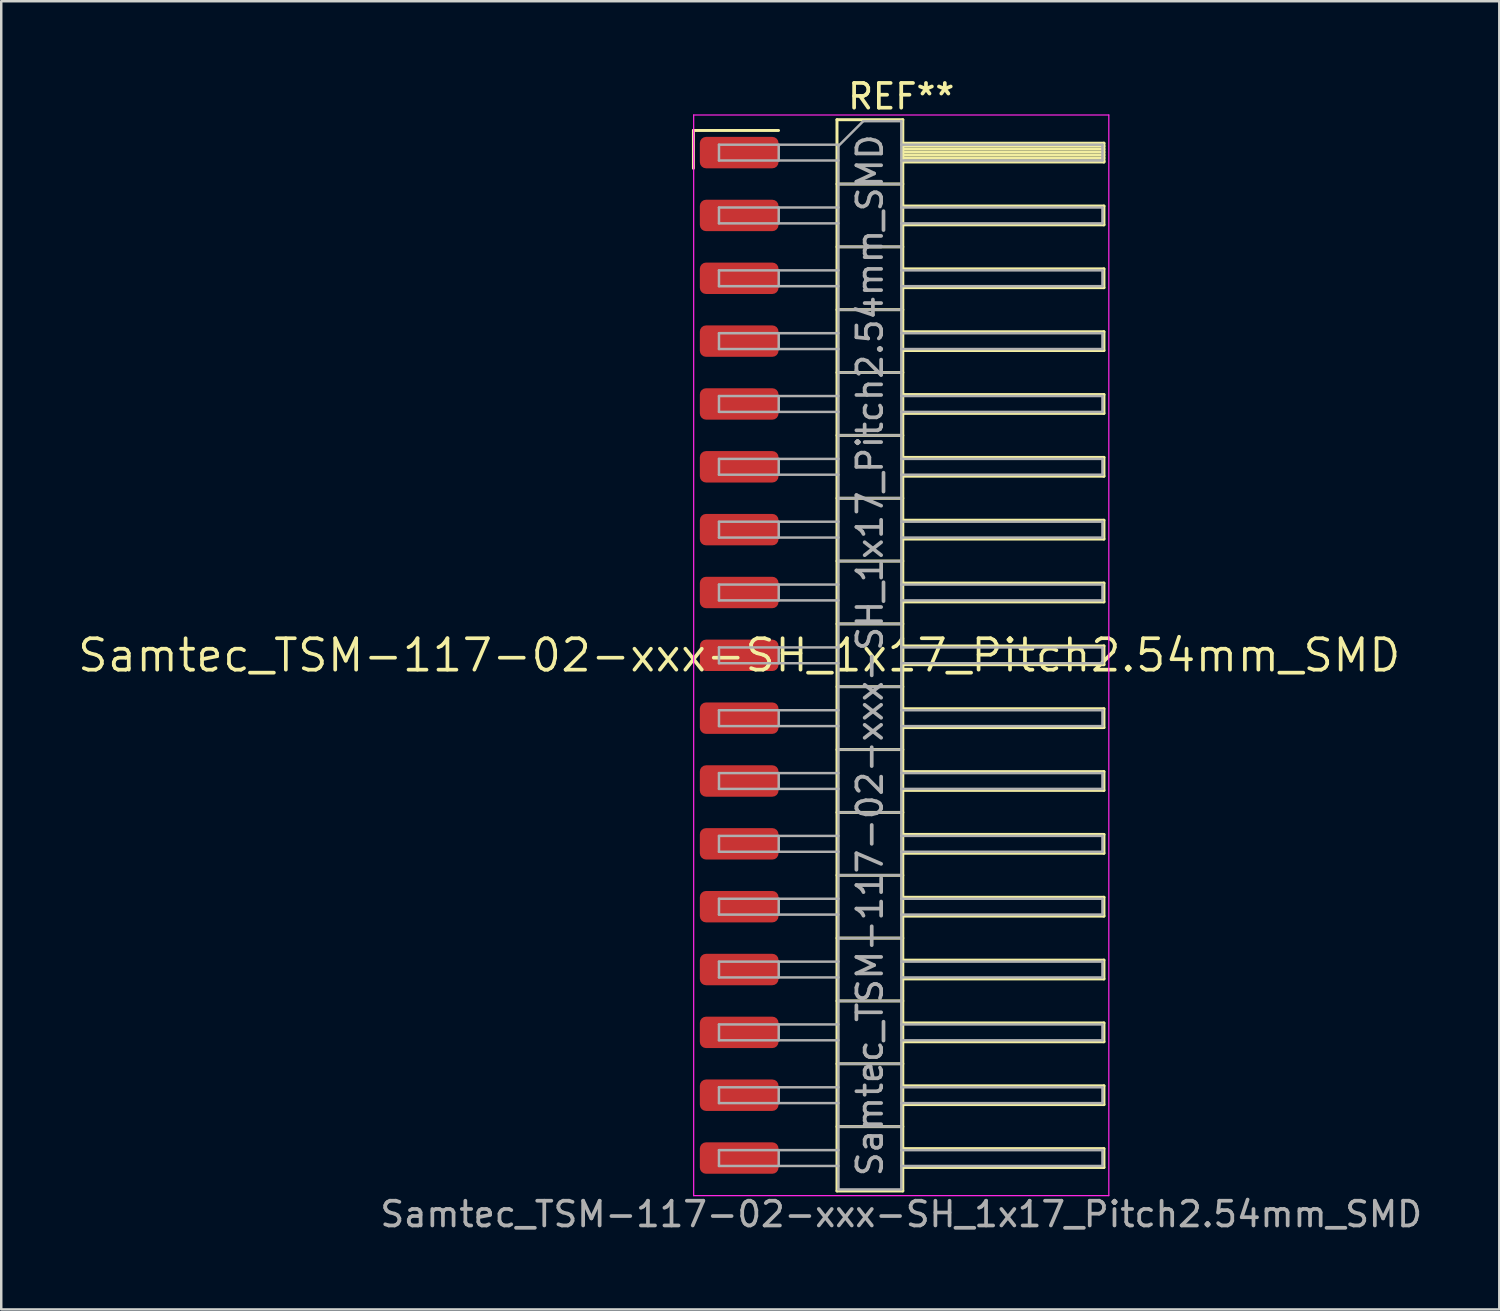
<source format=kicad_pcb>
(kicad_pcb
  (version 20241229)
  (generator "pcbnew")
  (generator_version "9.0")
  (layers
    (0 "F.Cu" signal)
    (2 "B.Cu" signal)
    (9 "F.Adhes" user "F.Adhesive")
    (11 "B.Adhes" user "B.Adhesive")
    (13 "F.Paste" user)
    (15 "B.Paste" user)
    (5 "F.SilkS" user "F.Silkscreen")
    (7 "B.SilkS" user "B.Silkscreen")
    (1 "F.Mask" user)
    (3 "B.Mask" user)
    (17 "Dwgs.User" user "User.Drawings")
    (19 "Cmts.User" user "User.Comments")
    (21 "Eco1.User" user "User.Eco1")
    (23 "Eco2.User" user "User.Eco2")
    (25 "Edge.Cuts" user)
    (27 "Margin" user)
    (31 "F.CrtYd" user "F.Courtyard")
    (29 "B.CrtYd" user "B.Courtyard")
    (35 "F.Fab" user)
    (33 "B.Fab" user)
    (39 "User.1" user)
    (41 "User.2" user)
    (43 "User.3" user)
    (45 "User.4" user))
  (footprint "Samtec_TSM-117-02-xxx-SH_1x17_Pitch2.54mm_SMD"
    (layer "F.Cu")
    (at 26.828 23.438)
    (property "Reference" "Samtec_TSM-117-02-xxx-SH_1x17_Pitch2.54mm_SMD" (at 0 0 0) (layer "F.SilkS") (effects (font (size 1.27 1.27) (thickness 0.15))))
    (attr smd)
    (fp_line (start -1.85 -21.215) (end 1.59 -21.215) (stroke (width 0.12) (type solid)) (layer "F.SilkS"))
    (fp_line (start -1.85 -19.685) (end -1.85 -21.215) (stroke (width 0.12) (type solid)) (layer "F.SilkS"))
    (fp_line (start 3.953 -21.65) (end 6.613 -21.65) (stroke (width 0.12) (type solid)) (layer "F.SilkS"))
    (fp_line (start 3.953 -19.05) (end 6.613 -19.05) (stroke (width 0.12) (type solid)) (layer "F.SilkS"))
    (fp_line (start 3.953 -16.51) (end 6.613 -16.51) (stroke (width 0.12) (type solid)) (layer "F.SilkS"))
    (fp_line (start 3.953 -13.97) (end 6.613 -13.97) (stroke (width 0.12) (type solid)) (layer "F.SilkS"))
    (fp_line (start 3.953 -11.43) (end 6.613 -11.43) (stroke (width 0.12) (type solid)) (layer "F.SilkS"))
    (fp_line (start 3.953 -8.89) (end 6.613 -8.89) (stroke (width 0.12) (type solid)) (layer "F.SilkS"))
    (fp_line (start 3.953 -6.35) (end 6.613 -6.35) (stroke (width 0.12) (type solid)) (layer "F.SilkS"))
    (fp_line (start 3.953 -3.81) (end 6.613 -3.81) (stroke (width 0.12) (type solid)) (layer "F.SilkS"))
    (fp_line (start 3.953 -1.27) (end 6.613 -1.27) (stroke (width 0.12) (type solid)) (layer "F.SilkS"))
    (fp_line (start 3.953 1.27) (end 6.613 1.27) (stroke (width 0.12) (type solid)) (layer "F.SilkS"))
    (fp_line (start 3.953 3.81) (end 6.613 3.81) (stroke (width 0.12) (type solid)) (layer "F.SilkS"))
    (fp_line (start 3.953 6.35) (end 6.613 6.35) (stroke (width 0.12) (type solid)) (layer "F.SilkS"))
    (fp_line (start 3.953 8.89) (end 6.613 8.89) (stroke (width 0.12) (type solid)) (layer "F.SilkS"))
    (fp_line (start 3.953 11.43) (end 6.613 11.43) (stroke (width 0.12) (type solid)) (layer "F.SilkS"))
    (fp_line (start 3.953 13.97) (end 6.613 13.97) (stroke (width 0.12) (type solid)) (layer "F.SilkS"))
    (fp_line (start 3.953 16.51) (end 6.613 16.51) (stroke (width 0.12) (type solid)) (layer "F.SilkS"))
    (fp_line (start 3.953 19.05) (end 6.613 19.05) (stroke (width 0.12) (type solid)) (layer "F.SilkS"))
    (fp_line (start 3.953 21.65) (end 3.953 -21.65) (stroke (width 0.12) (type solid)) (layer "F.SilkS"))
    (fp_line (start 6.613 -21.65) (end 6.613 21.65) (stroke (width 0.12) (type solid)) (layer "F.SilkS"))
    (fp_line (start 6.613 -20.7) (end 14.743 -20.7) (stroke (width 0.12) (type solid)) (layer "F.SilkS"))
    (fp_line (start 6.613 -20.58) (end 14.743 -20.58) (stroke (width 0.12) (type solid)) (layer "F.SilkS"))
    (fp_line (start 6.613 -20.46) (end 14.743 -20.46) (stroke (width 0.12) (type solid)) (layer "F.SilkS"))
    (fp_line (start 6.613 -20.34) (end 14.743 -20.34) (stroke (width 0.12) (type solid)) (layer "F.SilkS"))
    (fp_line (start 6.613 -20.22) (end 14.743 -20.22) (stroke (width 0.12) (type solid)) (layer "F.SilkS"))
    (fp_line (start 6.613 -20.1) (end 14.743 -20.1) (stroke (width 0.12) (type solid)) (layer "F.SilkS"))
    (fp_line (start 6.613 -19.98) (end 14.743 -19.98) (stroke (width 0.12) (type solid)) (layer "F.SilkS"))
    (fp_line (start 6.613 -19.94) (end 14.743 -19.94) (stroke (width 0.12) (type solid)) (layer "F.SilkS"))
    (fp_line (start 6.613 -18.16) (end 14.743 -18.16) (stroke (width 0.12) (type solid)) (layer "F.SilkS"))
    (fp_line (start 6.613 -17.4) (end 14.743 -17.4) (stroke (width 0.12) (type solid)) (layer "F.SilkS"))
    (fp_line (start 6.613 -15.62) (end 14.743 -15.62) (stroke (width 0.12) (type solid)) (layer "F.SilkS"))
    (fp_line (start 6.613 -14.86) (end 14.743 -14.86) (stroke (width 0.12) (type solid)) (layer "F.SilkS"))
    (fp_line (start 6.613 -13.08) (end 14.743 -13.08) (stroke (width 0.12) (type solid)) (layer "F.SilkS"))
    (fp_line (start 6.613 -12.32) (end 14.743 -12.32) (stroke (width 0.12) (type solid)) (layer "F.SilkS"))
    (fp_line (start 6.613 -10.54) (end 14.743 -10.54) (stroke (width 0.12) (type solid)) (layer "F.SilkS"))
    (fp_line (start 6.613 -9.78) (end 14.743 -9.78) (stroke (width 0.12) (type solid)) (layer "F.SilkS"))
    (fp_line (start 6.613 -8) (end 14.743 -8) (stroke (width 0.12) (type solid)) (layer "F.SilkS"))
    (fp_line (start 6.613 -7.24) (end 14.743 -7.24) (stroke (width 0.12) (type solid)) (layer "F.SilkS"))
    (fp_line (start 6.613 -5.46) (end 14.743 -5.46) (stroke (width 0.12) (type solid)) (layer "F.SilkS"))
    (fp_line (start 6.613 -4.7) (end 14.743 -4.7) (stroke (width 0.12) (type solid)) (layer "F.SilkS"))
    (fp_line (start 6.613 -2.92) (end 14.743 -2.92) (stroke (width 0.12) (type solid)) (layer "F.SilkS"))
    (fp_line (start 6.613 -2.16) (end 14.743 -2.16) (stroke (width 0.12) (type solid)) (layer "F.SilkS"))
    (fp_line (start 6.613 -0.38) (end 14.743 -0.38) (stroke (width 0.12) (type solid)) (layer "F.SilkS"))
    (fp_line (start 6.613 0.38) (end 14.743 0.38) (stroke (width 0.12) (type solid)) (layer "F.SilkS"))
    (fp_line (start 6.613 2.16) (end 14.743 2.16) (stroke (width 0.12) (type solid)) (layer "F.SilkS"))
    (fp_line (start 6.613 2.92) (end 14.743 2.92) (stroke (width 0.12) (type solid)) (layer "F.SilkS"))
    (fp_line (start 6.613 4.7) (end 14.743 4.7) (stroke (width 0.12) (type solid)) (layer "F.SilkS"))
    (fp_line (start 6.613 5.46) (end 14.743 5.46) (stroke (width 0.12) (type solid)) (layer "F.SilkS"))
    (fp_line (start 6.613 7.24) (end 14.743 7.24) (stroke (width 0.12) (type solid)) (layer "F.SilkS"))
    (fp_line (start 6.613 8) (end 14.743 8) (stroke (width 0.12) (type solid)) (layer "F.SilkS"))
    (fp_line (start 6.613 9.78) (end 14.743 9.78) (stroke (width 0.12) (type solid)) (layer "F.SilkS"))
    (fp_line (start 6.613 10.54) (end 14.743 10.54) (stroke (width 0.12) (type solid)) (layer "F.SilkS"))
    (fp_line (start 6.613 12.32) (end 14.743 12.32) (stroke (width 0.12) (type solid)) (layer "F.SilkS"))
    (fp_line (start 6.613 13.08) (end 14.743 13.08) (stroke (width 0.12) (type solid)) (layer "F.SilkS"))
    (fp_line (start 6.613 14.86) (end 14.743 14.86) (stroke (width 0.12) (type solid)) (layer "F.SilkS"))
    (fp_line (start 6.613 15.62) (end 14.743 15.62) (stroke (width 0.12) (type solid)) (layer "F.SilkS"))
    (fp_line (start 6.613 17.4) (end 14.743 17.4) (stroke (width 0.12) (type solid)) (layer "F.SilkS"))
    (fp_line (start 6.613 18.16) (end 14.743 18.16) (stroke (width 0.12) (type solid)) (layer "F.SilkS"))
    (fp_line (start 6.613 19.94) (end 14.743 19.94) (stroke (width 0.12) (type solid)) (layer "F.SilkS"))
    (fp_line (start 6.613 20.7) (end 14.743 20.7) (stroke (width 0.12) (type solid)) (layer "F.SilkS"))
    (fp_line (start 6.613 21.65) (end 3.953 21.65) (stroke (width 0.12) (type solid)) (layer "F.SilkS"))
    (fp_line (start 14.743 -20.7) (end 14.743 -19.94) (stroke (width 0.12) (type solid)) (layer "F.SilkS"))
    (fp_line (start 14.743 -18.16) (end 14.743 -17.4) (stroke (width 0.12) (type solid)) (layer "F.SilkS"))
    (fp_line (start 14.743 -15.62) (end 14.743 -14.86) (stroke (width 0.12) (type solid)) (layer "F.SilkS"))
    (fp_line (start 14.743 -13.08) (end 14.743 -12.32) (stroke (width 0.12) (type solid)) (layer "F.SilkS"))
    (fp_line (start 14.743 -10.54) (end 14.743 -9.78) (stroke (width 0.12) (type solid)) (layer "F.SilkS"))
    (fp_line (start 14.743 -8) (end 14.743 -7.24) (stroke (width 0.12) (type solid)) (layer "F.SilkS"))
    (fp_line (start 14.743 -5.46) (end 14.743 -4.7) (stroke (width 0.12) (type solid)) (layer "F.SilkS"))
    (fp_line (start 14.743 -2.92) (end 14.743 -2.16) (stroke (width 0.12) (type solid)) (layer "F.SilkS"))
    (fp_line (start 14.743 -0.38) (end 14.743 0.38) (stroke (width 0.12) (type solid)) (layer "F.SilkS"))
    (fp_line (start 14.743 2.16) (end 14.743 2.92) (stroke (width 0.12) (type solid)) (layer "F.SilkS"))
    (fp_line (start 14.743 4.7) (end 14.743 5.46) (stroke (width 0.12) (type solid)) (layer "F.SilkS"))
    (fp_line (start 14.743 7.24) (end 14.743 8) (stroke (width 0.12) (type solid)) (layer "F.SilkS"))
    (fp_line (start 14.743 9.78) (end 14.743 10.54) (stroke (width 0.12) (type solid)) (layer "F.SilkS"))
    (fp_line (start 14.743 12.32) (end 14.743 13.08) (stroke (width 0.12) (type solid)) (layer "F.SilkS"))
    (fp_line (start 14.743 14.86) (end 14.743 15.62) (stroke (width 0.12) (type solid)) (layer "F.SilkS"))
    (fp_line (start 14.743 17.4) (end 14.743 18.16) (stroke (width 0.12) (type solid)) (layer "F.SilkS"))
    (fp_line (start 14.743 19.94) (end 14.743 20.7) (stroke (width 0.12) (type solid)) (layer "F.SilkS"))
    (fp_line (start -1.84 -21.84) (end 14.94 -21.84) (stroke (width 0.05) (type solid)) (layer "F.CrtYd"))
    (fp_line (start -1.84 21.84) (end -1.84 -21.84) (stroke (width 0.05) (type solid)) (layer "F.CrtYd"))
    (fp_line (start 14.94 -21.84) (end 14.94 21.84) (stroke (width 0.05) (type solid)) (layer "F.CrtYd"))
    (fp_line (start 14.94 21.84) (end -1.84 21.84) (stroke (width 0.05) (type solid)) (layer "F.CrtYd"))
    (fp_line (start -0.817 -20.64) (end -0.817 -20) (stroke (width 0.1) (type solid)) (layer "F.Fab"))
    (fp_line (start -0.817 -20.64) (end 4.013 -20.64) (stroke (width 0.1) (type solid)) (layer "F.Fab"))
    (fp_line (start -0.817 -20) (end 4.013 -20) (stroke (width 0.1) (type solid)) (layer "F.Fab"))
    (fp_line (start -0.817 -18.1) (end -0.817 -17.46) (stroke (width 0.1) (type solid)) (layer "F.Fab"))
    (fp_line (start -0.817 -18.1) (end 4.013 -18.1) (stroke (width 0.1) (type solid)) (layer "F.Fab"))
    (fp_line (start -0.817 -17.46) (end 4.013 -17.46) (stroke (width 0.1) (type solid)) (layer "F.Fab"))
    (fp_line (start -0.817 -15.56) (end -0.817 -14.92) (stroke (width 0.1) (type solid)) (layer "F.Fab"))
    (fp_line (start -0.817 -15.56) (end 4.013 -15.56) (stroke (width 0.1) (type solid)) (layer "F.Fab"))
    (fp_line (start -0.817 -14.92) (end 4.013 -14.92) (stroke (width 0.1) (type solid)) (layer "F.Fab"))
    (fp_line (start -0.817 -13.02) (end -0.817 -12.38) (stroke (width 0.1) (type solid)) (layer "F.Fab"))
    (fp_line (start -0.817 -13.02) (end 4.013 -13.02) (stroke (width 0.1) (type solid)) (layer "F.Fab"))
    (fp_line (start -0.817 -12.38) (end 4.013 -12.38) (stroke (width 0.1) (type solid)) (layer "F.Fab"))
    (fp_line (start -0.817 -10.48) (end -0.817 -9.84) (stroke (width 0.1) (type solid)) (layer "F.Fab"))
    (fp_line (start -0.817 -10.48) (end 4.013 -10.48) (stroke (width 0.1) (type solid)) (layer "F.Fab"))
    (fp_line (start -0.817 -9.84) (end 4.013 -9.84) (stroke (width 0.1) (type solid)) (layer "F.Fab"))
    (fp_line (start -0.817 -7.94) (end -0.817 -7.3) (stroke (width 0.1) (type solid)) (layer "F.Fab"))
    (fp_line (start -0.817 -7.94) (end 4.013 -7.94) (stroke (width 0.1) (type solid)) (layer "F.Fab"))
    (fp_line (start -0.817 -7.3) (end 4.013 -7.3) (stroke (width 0.1) (type solid)) (layer "F.Fab"))
    (fp_line (start -0.817 -5.4) (end -0.817 -4.76) (stroke (width 0.1) (type solid)) (layer "F.Fab"))
    (fp_line (start -0.817 -5.4) (end 4.013 -5.4) (stroke (width 0.1) (type solid)) (layer "F.Fab"))
    (fp_line (start -0.817 -4.76) (end 4.013 -4.76) (stroke (width 0.1) (type solid)) (layer "F.Fab"))
    (fp_line (start -0.817 -2.86) (end -0.817 -2.22) (stroke (width 0.1) (type solid)) (layer "F.Fab"))
    (fp_line (start -0.817 -2.86) (end 4.013 -2.86) (stroke (width 0.1) (type solid)) (layer "F.Fab"))
    (fp_line (start -0.817 -2.22) (end 4.013 -2.22) (stroke (width 0.1) (type solid)) (layer "F.Fab"))
    (fp_line (start -0.817 -0.32) (end -0.817 0.32) (stroke (width 0.1) (type solid)) (layer "F.Fab"))
    (fp_line (start -0.817 -0.32) (end 4.013 -0.32) (stroke (width 0.1) (type solid)) (layer "F.Fab"))
    (fp_line (start -0.817 0.32) (end 4.013 0.32) (stroke (width 0.1) (type solid)) (layer "F.Fab"))
    (fp_line (start -0.817 2.22) (end -0.817 2.86) (stroke (width 0.1) (type solid)) (layer "F.Fab"))
    (fp_line (start -0.817 2.22) (end 4.013 2.22) (stroke (width 0.1) (type solid)) (layer "F.Fab"))
    (fp_line (start -0.817 2.86) (end 4.013 2.86) (stroke (width 0.1) (type solid)) (layer "F.Fab"))
    (fp_line (start -0.817 4.76) (end -0.817 5.4) (stroke (width 0.1) (type solid)) (layer "F.Fab"))
    (fp_line (start -0.817 4.76) (end 4.013 4.76) (stroke (width 0.1) (type solid)) (layer "F.Fab"))
    (fp_line (start -0.817 5.4) (end 4.013 5.4) (stroke (width 0.1) (type solid)) (layer "F.Fab"))
    (fp_line (start -0.817 7.3) (end -0.817 7.94) (stroke (width 0.1) (type solid)) (layer "F.Fab"))
    (fp_line (start -0.817 7.3) (end 4.013 7.3) (stroke (width 0.1) (type solid)) (layer "F.Fab"))
    (fp_line (start -0.817 7.94) (end 4.013 7.94) (stroke (width 0.1) (type solid)) (layer "F.Fab"))
    (fp_line (start -0.817 9.84) (end -0.817 10.48) (stroke (width 0.1) (type solid)) (layer "F.Fab"))
    (fp_line (start -0.817 9.84) (end 4.013 9.84) (stroke (width 0.1) (type solid)) (layer "F.Fab"))
    (fp_line (start -0.817 10.48) (end 4.013 10.48) (stroke (width 0.1) (type solid)) (layer "F.Fab"))
    (fp_line (start -0.817 12.38) (end -0.817 13.02) (stroke (width 0.1) (type solid)) (layer "F.Fab"))
    (fp_line (start -0.817 12.38) (end 4.013 12.38) (stroke (width 0.1) (type solid)) (layer "F.Fab"))
    (fp_line (start -0.817 13.02) (end 4.013 13.02) (stroke (width 0.1) (type solid)) (layer "F.Fab"))
    (fp_line (start -0.817 14.92) (end -0.817 15.56) (stroke (width 0.1) (type solid)) (layer "F.Fab"))
    (fp_line (start -0.817 14.92) (end 4.013 14.92) (stroke (width 0.1) (type solid)) (layer "F.Fab"))
    (fp_line (start -0.817 15.56) (end 4.013 15.56) (stroke (width 0.1) (type solid)) (layer "F.Fab"))
    (fp_line (start -0.817 17.46) (end -0.817 18.1) (stroke (width 0.1) (type solid)) (layer "F.Fab"))
    (fp_line (start -0.817 17.46) (end 4.013 17.46) (stroke (width 0.1) (type solid)) (layer "F.Fab"))
    (fp_line (start -0.817 18.1) (end 4.013 18.1) (stroke (width 0.1) (type solid)) (layer "F.Fab"))
    (fp_line (start -0.817 20) (end -0.817 20.64) (stroke (width 0.1) (type solid)) (layer "F.Fab"))
    (fp_line (start -0.817 20) (end 4.013 20) (stroke (width 0.1) (type solid)) (layer "F.Fab"))
    (fp_line (start -0.817 20.64) (end 4.013 20.64) (stroke (width 0.1) (type solid)) (layer "F.Fab"))
    (fp_line (start 1.598 -20.64) (end 1.598 -20) (stroke (width 0.1) (type solid)) (layer "F.Fab"))
    (fp_line (start 1.598 -18.1) (end 1.598 -17.46) (stroke (width 0.1) (type solid)) (layer "F.Fab"))
    (fp_line (start 1.598 -15.56) (end 1.598 -14.92) (stroke (width 0.1) (type solid)) (layer "F.Fab"))
    (fp_line (start 1.598 -13.02) (end 1.598 -12.38) (stroke (width 0.1) (type solid)) (layer "F.Fab"))
    (fp_line (start 1.598 -10.48) (end 1.598 -9.84) (stroke (width 0.1) (type solid)) (layer "F.Fab"))
    (fp_line (start 1.598 -7.94) (end 1.598 -7.3) (stroke (width 0.1) (type solid)) (layer "F.Fab"))
    (fp_line (start 1.598 -5.4) (end 1.598 -4.76) (stroke (width 0.1) (type solid)) (layer "F.Fab"))
    (fp_line (start 1.598 -2.86) (end 1.598 -2.22) (stroke (width 0.1) (type solid)) (layer "F.Fab"))
    (fp_line (start 1.598 -0.32) (end 1.598 0.32) (stroke (width 0.1) (type solid)) (layer "F.Fab"))
    (fp_line (start 1.598 2.22) (end 1.598 2.86) (stroke (width 0.1) (type solid)) (layer "F.Fab"))
    (fp_line (start 1.598 4.76) (end 1.598 5.4) (stroke (width 0.1) (type solid)) (layer "F.Fab"))
    (fp_line (start 1.598 7.3) (end 1.598 7.94) (stroke (width 0.1) (type solid)) (layer "F.Fab"))
    (fp_line (start 1.598 9.84) (end 1.598 10.48) (stroke (width 0.1) (type solid)) (layer "F.Fab"))
    (fp_line (start 1.598 12.38) (end 1.598 13.02) (stroke (width 0.1) (type solid)) (layer "F.Fab"))
    (fp_line (start 1.598 14.92) (end 1.598 15.56) (stroke (width 0.1) (type solid)) (layer "F.Fab"))
    (fp_line (start 1.598 17.46) (end 1.598 18.1) (stroke (width 0.1) (type solid)) (layer "F.Fab"))
    (fp_line (start 1.598 20) (end 1.598 20.64) (stroke (width 0.1) (type solid)) (layer "F.Fab"))
    (fp_line (start 4.013 -20.59) (end 5.013 -21.59) (stroke (width 0.1) (type solid)) (layer "F.Fab"))
    (fp_line (start 4.013 -19.05) (end 6.553 -19.05) (stroke (width 0.1) (type solid)) (layer "F.Fab"))
    (fp_line (start 4.013 -16.51) (end 6.553 -16.51) (stroke (width 0.1) (type solid)) (layer "F.Fab"))
    (fp_line (start 4.013 -13.97) (end 6.553 -13.97) (stroke (width 0.1) (type solid)) (layer "F.Fab"))
    (fp_line (start 4.013 -11.43) (end 6.553 -11.43) (stroke (width 0.1) (type solid)) (layer "F.Fab"))
    (fp_line (start 4.013 -8.89) (end 6.553 -8.89) (stroke (width 0.1) (type solid)) (layer "F.Fab"))
    (fp_line (start 4.013 -6.35) (end 6.553 -6.35) (stroke (width 0.1) (type solid)) (layer "F.Fab"))
    (fp_line (start 4.013 -3.81) (end 6.553 -3.81) (stroke (width 0.1) (type solid)) (layer "F.Fab"))
    (fp_line (start 4.013 -1.27) (end 6.553 -1.27) (stroke (width 0.1) (type solid)) (layer "F.Fab"))
    (fp_line (start 4.013 1.27) (end 6.553 1.27) (stroke (width 0.1) (type solid)) (layer "F.Fab"))
    (fp_line (start 4.013 3.81) (end 6.553 3.81) (stroke (width 0.1) (type solid)) (layer "F.Fab"))
    (fp_line (start 4.013 6.35) (end 6.553 6.35) (stroke (width 0.1) (type solid)) (layer "F.Fab"))
    (fp_line (start 4.013 8.89) (end 6.553 8.89) (stroke (width 0.1) (type solid)) (layer "F.Fab"))
    (fp_line (start 4.013 11.43) (end 6.553 11.43) (stroke (width 0.1) (type solid)) (layer "F.Fab"))
    (fp_line (start 4.013 13.97) (end 6.553 13.97) (stroke (width 0.1) (type solid)) (layer "F.Fab"))
    (fp_line (start 4.013 16.51) (end 6.553 16.51) (stroke (width 0.1) (type solid)) (layer "F.Fab"))
    (fp_line (start 4.013 19.05) (end 6.553 19.05) (stroke (width 0.1) (type solid)) (layer "F.Fab"))
    (fp_line (start 4.013 21.59) (end 4.013 -20.59) (stroke (width 0.1) (type solid)) (layer "F.Fab"))
    (fp_line (start 5.013 -21.59) (end 6.553 -21.59) (stroke (width 0.1) (type solid)) (layer "F.Fab"))
    (fp_line (start 6.553 -21.59) (end 6.553 21.59) (stroke (width 0.1) (type solid)) (layer "F.Fab"))
    (fp_line (start 6.553 -20.64) (end 14.683 -20.64) (stroke (width 0.1) (type solid)) (layer "F.Fab"))
    (fp_line (start 6.553 -20) (end 14.683 -20) (stroke (width 0.1) (type solid)) (layer "F.Fab"))
    (fp_line (start 6.553 -18.1) (end 14.683 -18.1) (stroke (width 0.1) (type solid)) (layer "F.Fab"))
    (fp_line (start 6.553 -17.46) (end 14.683 -17.46) (stroke (width 0.1) (type solid)) (layer "F.Fab"))
    (fp_line (start 6.553 -15.56) (end 14.683 -15.56) (stroke (width 0.1) (type solid)) (layer "F.Fab"))
    (fp_line (start 6.553 -14.92) (end 14.683 -14.92) (stroke (width 0.1) (type solid)) (layer "F.Fab"))
    (fp_line (start 6.553 -13.02) (end 14.683 -13.02) (stroke (width 0.1) (type solid)) (layer "F.Fab"))
    (fp_line (start 6.553 -12.38) (end 14.683 -12.38) (stroke (width 0.1) (type solid)) (layer "F.Fab"))
    (fp_line (start 6.553 -10.48) (end 14.683 -10.48) (stroke (width 0.1) (type solid)) (layer "F.Fab"))
    (fp_line (start 6.553 -9.84) (end 14.683 -9.84) (stroke (width 0.1) (type solid)) (layer "F.Fab"))
    (fp_line (start 6.553 -7.94) (end 14.683 -7.94) (stroke (width 0.1) (type solid)) (layer "F.Fab"))
    (fp_line (start 6.553 -7.3) (end 14.683 -7.3) (stroke (width 0.1) (type solid)) (layer "F.Fab"))
    (fp_line (start 6.553 -5.4) (end 14.683 -5.4) (stroke (width 0.1) (type solid)) (layer "F.Fab"))
    (fp_line (start 6.553 -4.76) (end 14.683 -4.76) (stroke (width 0.1) (type solid)) (layer "F.Fab"))
    (fp_line (start 6.553 -2.86) (end 14.683 -2.86) (stroke (width 0.1) (type solid)) (layer "F.Fab"))
    (fp_line (start 6.553 -2.22) (end 14.683 -2.22) (stroke (width 0.1) (type solid)) (layer "F.Fab"))
    (fp_line (start 6.553 -0.32) (end 14.683 -0.32) (stroke (width 0.1) (type solid)) (layer "F.Fab"))
    (fp_line (start 6.553 0.32) (end 14.683 0.32) (stroke (width 0.1) (type solid)) (layer "F.Fab"))
    (fp_line (start 6.553 2.22) (end 14.683 2.22) (stroke (width 0.1) (type solid)) (layer "F.Fab"))
    (fp_line (start 6.553 2.86) (end 14.683 2.86) (stroke (width 0.1) (type solid)) (layer "F.Fab"))
    (fp_line (start 6.553 4.76) (end 14.683 4.76) (stroke (width 0.1) (type solid)) (layer "F.Fab"))
    (fp_line (start 6.553 5.4) (end 14.683 5.4) (stroke (width 0.1) (type solid)) (layer "F.Fab"))
    (fp_line (start 6.553 7.3) (end 14.683 7.3) (stroke (width 0.1) (type solid)) (layer "F.Fab"))
    (fp_line (start 6.553 7.94) (end 14.683 7.94) (stroke (width 0.1) (type solid)) (layer "F.Fab"))
    (fp_line (start 6.553 9.84) (end 14.683 9.84) (stroke (width 0.1) (type solid)) (layer "F.Fab"))
    (fp_line (start 6.553 10.48) (end 14.683 10.48) (stroke (width 0.1) (type solid)) (layer "F.Fab"))
    (fp_line (start 6.553 12.38) (end 14.683 12.38) (stroke (width 0.1) (type solid)) (layer "F.Fab"))
    (fp_line (start 6.553 13.02) (end 14.683 13.02) (stroke (width 0.1) (type solid)) (layer "F.Fab"))
    (fp_line (start 6.553 14.92) (end 14.683 14.92) (stroke (width 0.1) (type solid)) (layer "F.Fab"))
    (fp_line (start 6.553 15.56) (end 14.683 15.56) (stroke (width 0.1) (type solid)) (layer "F.Fab"))
    (fp_line (start 6.553 17.46) (end 14.683 17.46) (stroke (width 0.1) (type solid)) (layer "F.Fab"))
    (fp_line (start 6.553 18.1) (end 14.683 18.1) (stroke (width 0.1) (type solid)) (layer "F.Fab"))
    (fp_line (start 6.553 20) (end 14.683 20) (stroke (width 0.1) (type solid)) (layer "F.Fab"))
    (fp_line (start 6.553 20.64) (end 14.683 20.64) (stroke (width 0.1) (type solid)) (layer "F.Fab"))
    (fp_line (start 6.553 21.59) (end 4.013 21.59) (stroke (width 0.1) (type solid)) (layer "F.Fab"))
    (fp_line (start 14.683 -20.64) (end 14.683 -20) (stroke (width 0.1) (type solid)) (layer "F.Fab"))
    (fp_line (start 14.683 -18.1) (end 14.683 -17.46) (stroke (width 0.1) (type solid)) (layer "F.Fab"))
    (fp_line (start 14.683 -15.56) (end 14.683 -14.92) (stroke (width 0.1) (type solid)) (layer "F.Fab"))
    (fp_line (start 14.683 -13.02) (end 14.683 -12.38) (stroke (width 0.1) (type solid)) (layer "F.Fab"))
    (fp_line (start 14.683 -10.48) (end 14.683 -9.84) (stroke (width 0.1) (type solid)) (layer "F.Fab"))
    (fp_line (start 14.683 -7.94) (end 14.683 -7.3) (stroke (width 0.1) (type solid)) (layer "F.Fab"))
    (fp_line (start 14.683 -5.4) (end 14.683 -4.76) (stroke (width 0.1) (type solid)) (layer "F.Fab"))
    (fp_line (start 14.683 -2.86) (end 14.683 -2.22) (stroke (width 0.1) (type solid)) (layer "F.Fab"))
    (fp_line (start 14.683 -0.32) (end 14.683 0.32) (stroke (width 0.1) (type solid)) (layer "F.Fab"))
    (fp_line (start 14.683 2.22) (end 14.683 2.86) (stroke (width 0.1) (type solid)) (layer "F.Fab"))
    (fp_line (start 14.683 4.76) (end 14.683 5.4) (stroke (width 0.1) (type solid)) (layer "F.Fab"))
    (fp_line (start 14.683 7.3) (end 14.683 7.94) (stroke (width 0.1) (type solid)) (layer "F.Fab"))
    (fp_line (start 14.683 9.84) (end 14.683 10.48) (stroke (width 0.1) (type solid)) (layer "F.Fab"))
    (fp_line (start 14.683 12.38) (end 14.683 13.02) (stroke (width 0.1) (type solid)) (layer "F.Fab"))
    (fp_line (start 14.683 14.92) (end 14.683 15.56) (stroke (width 0.1) (type solid)) (layer "F.Fab"))
    (fp_line (start 14.683 17.46) (end 14.683 18.1) (stroke (width 0.1) (type solid)) (layer "F.Fab"))
    (fp_line (start 14.683 20) (end 14.683 20.64) (stroke (width 0.1) (type solid)) (layer "F.Fab"))
    (fp_text user "REF**" (at 6.55 -22.59 0) (layer "F.SilkS") (effects (font (size 1 1) (thickness 0.15))))
    (fp_text user "${REFERENCE}" (at 5.283 0 90) (layer "F.Fab") (effects (font (size 1 1) (thickness 0.15))))
    (fp_text user "Samtec_TSM-117-02-xxx-SH_1x17_Pitch2.54mm_SMD" (at 6.55 22.59 0) (layer "F.Fab") (effects (font (size 1 1) (thickness 0.15))))
    (pad "1" smd roundrect (at 0 -20.32) (size 3.18 1.27) (layers "F.Cu" "F.Mask" "F.Paste") (roundrect_rratio 0.197))
    (pad "2" smd roundrect (at 0 -17.78) (size 3.18 1.27) (layers "F.Cu" "F.Mask" "F.Paste") (roundrect_rratio 0.197))
    (pad "3" smd roundrect (at 0 -15.24) (size 3.18 1.27) (layers "F.Cu" "F.Mask" "F.Paste") (roundrect_rratio 0.197))
    (pad "4" smd roundrect (at 0 -12.7) (size 3.18 1.27) (layers "F.Cu" "F.Mask" "F.Paste") (roundrect_rratio 0.197))
    (pad "5" smd roundrect (at 0 -10.16) (size 3.18 1.27) (layers "F.Cu" "F.Mask" "F.Paste") (roundrect_rratio 0.197))
    (pad "6" smd roundrect (at 0 -7.62) (size 3.18 1.27) (layers "F.Cu" "F.Mask" "F.Paste") (roundrect_rratio 0.197))
    (pad "7" smd roundrect (at 0 -5.08) (size 3.18 1.27) (layers "F.Cu" "F.Mask" "F.Paste") (roundrect_rratio 0.197))
    (pad "8" smd roundrect (at 0 -2.54) (size 3.18 1.27) (layers "F.Cu" "F.Mask" "F.Paste") (roundrect_rratio 0.197))
    (pad "9" smd roundrect (at 0 0) (size 3.18 1.27) (layers "F.Cu" "F.Mask" "F.Paste") (roundrect_rratio 0.197))
    (pad "10" smd roundrect (at 0 2.54) (size 3.18 1.27) (layers "F.Cu" "F.Mask" "F.Paste") (roundrect_rratio 0.197))
    (pad "11" smd roundrect (at 0 5.08) (size 3.18 1.27) (layers "F.Cu" "F.Mask" "F.Paste") (roundrect_rratio 0.197))
    (pad "12" smd roundrect (at 0 7.62) (size 3.18 1.27) (layers "F.Cu" "F.Mask" "F.Paste") (roundrect_rratio 0.197))
    (pad "13" smd roundrect (at 0 10.16) (size 3.18 1.27) (layers "F.Cu" "F.Mask" "F.Paste") (roundrect_rratio 0.197))
    (pad "14" smd roundrect (at 0 12.7) (size 3.18 1.27) (layers "F.Cu" "F.Mask" "F.Paste") (roundrect_rratio 0.197))
    (pad "15" smd roundrect (at 0 15.24) (size 3.18 1.27) (layers "F.Cu" "F.Mask" "F.Paste") (roundrect_rratio 0.197))
    (pad "16" smd roundrect (at 0 17.78) (size 3.18 1.27) (layers "F.Cu" "F.Mask" "F.Paste") (roundrect_rratio 0.197))
    (pad "17" smd roundrect (at 0 20.32) (size 3.18 1.27) (layers "F.Cu" "F.Mask" "F.Paste") (roundrect_rratio 0.197)))
  (gr_rect
    (start -3 -3)
    (end 57.551 49.877)
    (stroke (width 0.1) (type default))
    (fill no)
    (layer "Edge.Cuts")))
</source>
